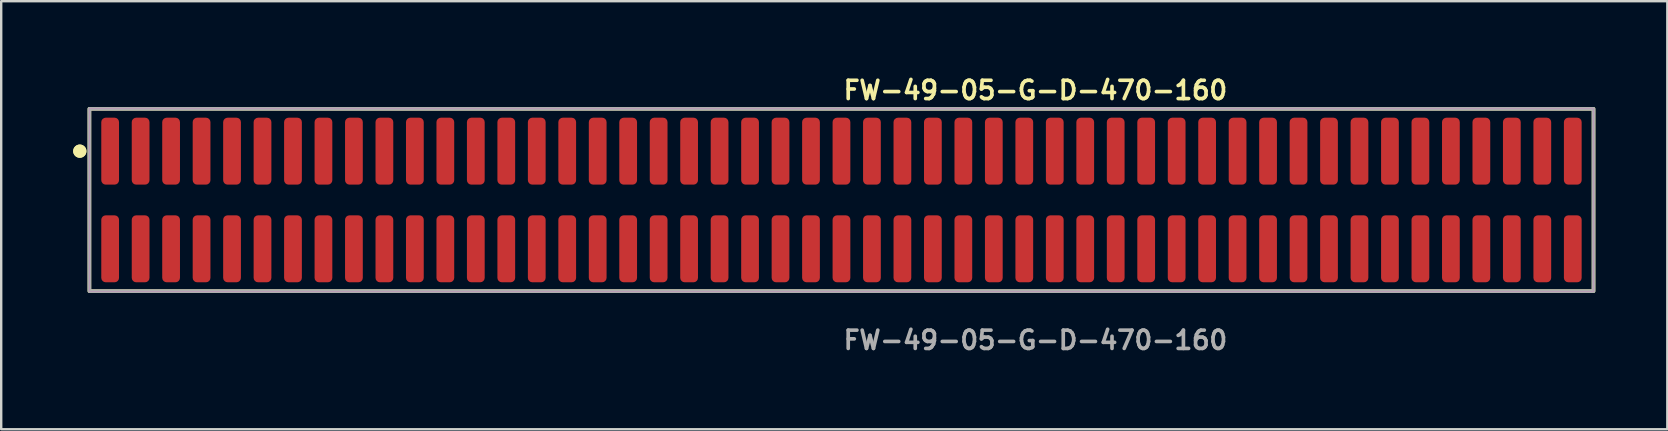
<source format=kicad_pcb>
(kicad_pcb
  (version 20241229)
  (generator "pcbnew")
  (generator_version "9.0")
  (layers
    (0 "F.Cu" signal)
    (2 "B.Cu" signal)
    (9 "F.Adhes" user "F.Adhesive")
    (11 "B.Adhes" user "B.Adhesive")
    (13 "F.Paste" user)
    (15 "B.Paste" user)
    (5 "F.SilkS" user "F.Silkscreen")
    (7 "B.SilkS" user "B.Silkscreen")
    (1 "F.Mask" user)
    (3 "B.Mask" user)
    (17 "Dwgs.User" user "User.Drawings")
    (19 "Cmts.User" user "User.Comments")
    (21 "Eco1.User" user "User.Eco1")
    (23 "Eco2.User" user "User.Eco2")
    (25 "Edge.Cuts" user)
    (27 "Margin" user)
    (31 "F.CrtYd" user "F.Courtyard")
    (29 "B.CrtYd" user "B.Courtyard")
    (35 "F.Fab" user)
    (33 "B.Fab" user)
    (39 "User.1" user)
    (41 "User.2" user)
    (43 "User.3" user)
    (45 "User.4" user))
  (footprint "FW-49-05-G-D-470-160"
    (layer "F.Cu")
    (at 32.021 5.285)
    (property "Reference" "FW-49-05-G-D-470-160" (at 0 -4.572 0) (unlocked yes) (layer "F.SilkS") (effects (font (size 0.762 0.762) (thickness 0.152)) (justify left)))
    (fp_rect (start -31.345 3.8) (end 31.345 -3.8) (stroke (width 0.152) (type solid)) (fill no) (layer "F.SilkS"))
    (fp_circle (center -31.745 -2.035) (end -31.945 -2.035) (stroke (width 0.152) (type solid)) (fill yes) (layer "F.SilkS"))
    (fp_circle (center -31.745 -2.035) (end -31.945 -2.035) (stroke (width 0.152) (type solid)) (fill yes) (layer "F.SilkS"))
    (fp_rect (start -31.345 3.8) (end 31.345 -3.8) (stroke (width 0.006) (type solid)) (fill no) (layer "F.CrtYd"))
    (fp_rect (start -31.345 3.8) (end 31.345 -3.8) (stroke (width 0.152) (type solid)) (fill no) (layer "F.Fab"))
    (fp_text user "${REFERENCE}" (at 0 5.842 0) (unlocked yes) (layer "F.Fab") (effects (font (size 0.762 0.762) (thickness 0.152)) (justify left)))
    (pad "1" smd roundrect (at -30.48 -2.035) (size 0.74 2.79) (layers "F.Cu" "F.Paste") (roundrect_rratio 0.25))
    (pad "2" smd roundrect (at -30.48 2.035) (size 0.74 2.79) (layers "F.Cu" "F.Paste") (roundrect_rratio 0.25))
    (pad "3" smd roundrect (at -29.21 -2.035) (size 0.74 2.79) (layers "F.Cu" "F.Paste") (roundrect_rratio 0.25))
    (pad "4" smd roundrect (at -29.21 2.035) (size 0.74 2.79) (layers "F.Cu" "F.Paste") (roundrect_rratio 0.25))
    (pad "5" smd roundrect (at -27.94 -2.035) (size 0.74 2.79) (layers "F.Cu" "F.Paste") (roundrect_rratio 0.25))
    (pad "6" smd roundrect (at -27.94 2.035) (size 0.74 2.79) (layers "F.Cu" "F.Paste") (roundrect_rratio 0.25))
    (pad "7" smd roundrect (at -26.67 -2.035) (size 0.74 2.79) (layers "F.Cu" "F.Paste") (roundrect_rratio 0.25))
    (pad "8" smd roundrect (at -26.67 2.035) (size 0.74 2.79) (layers "F.Cu" "F.Paste") (roundrect_rratio 0.25))
    (pad "9" smd roundrect (at -25.4 -2.035) (size 0.74 2.79) (layers "F.Cu" "F.Paste") (roundrect_rratio 0.25))
    (pad "10" smd roundrect (at -25.4 2.035) (size 0.74 2.79) (layers "F.Cu" "F.Paste") (roundrect_rratio 0.25))
    (pad "11" smd roundrect (at -24.13 -2.035) (size 0.74 2.79) (layers "F.Cu" "F.Paste") (roundrect_rratio 0.25))
    (pad "12" smd roundrect (at -24.13 2.035) (size 0.74 2.79) (layers "F.Cu" "F.Paste") (roundrect_rratio 0.25))
    (pad "13" smd roundrect (at -22.86 -2.035) (size 0.74 2.79) (layers "F.Cu" "F.Paste") (roundrect_rratio 0.25))
    (pad "14" smd roundrect (at -22.86 2.035) (size 0.74 2.79) (layers "F.Cu" "F.Paste") (roundrect_rratio 0.25))
    (pad "15" smd roundrect (at -21.59 -2.035) (size 0.74 2.79) (layers "F.Cu" "F.Paste") (roundrect_rratio 0.25))
    (pad "16" smd roundrect (at -21.59 2.035) (size 0.74 2.79) (layers "F.Cu" "F.Paste") (roundrect_rratio 0.25))
    (pad "17" smd roundrect (at -20.32 -2.035) (size 0.74 2.79) (layers "F.Cu" "F.Paste") (roundrect_rratio 0.25))
    (pad "18" smd roundrect (at -20.32 2.035) (size 0.74 2.79) (layers "F.Cu" "F.Paste") (roundrect_rratio 0.25))
    (pad "19" smd roundrect (at -19.05 -2.035) (size 0.74 2.79) (layers "F.Cu" "F.Paste") (roundrect_rratio 0.25))
    (pad "20" smd roundrect (at -19.05 2.035) (size 0.74 2.79) (layers "F.Cu" "F.Paste") (roundrect_rratio 0.25))
    (pad "21" smd roundrect (at -17.78 -2.035) (size 0.74 2.79) (layers "F.Cu" "F.Paste") (roundrect_rratio 0.25))
    (pad "22" smd roundrect (at -17.78 2.035) (size 0.74 2.79) (layers "F.Cu" "F.Paste") (roundrect_rratio 0.25))
    (pad "23" smd roundrect (at -16.51 -2.035) (size 0.74 2.79) (layers "F.Cu" "F.Paste") (roundrect_rratio 0.25))
    (pad "24" smd roundrect (at -16.51 2.035) (size 0.74 2.79) (layers "F.Cu" "F.Paste") (roundrect_rratio 0.25))
    (pad "25" smd roundrect (at -15.24 -2.035) (size 0.74 2.79) (layers "F.Cu" "F.Paste") (roundrect_rratio 0.25))
    (pad "26" smd roundrect (at -15.24 2.035) (size 0.74 2.79) (layers "F.Cu" "F.Paste") (roundrect_rratio 0.25))
    (pad "27" smd roundrect (at -13.97 -2.035) (size 0.74 2.79) (layers "F.Cu" "F.Paste") (roundrect_rratio 0.25))
    (pad "28" smd roundrect (at -13.97 2.035) (size 0.74 2.79) (layers "F.Cu" "F.Paste") (roundrect_rratio 0.25))
    (pad "29" smd roundrect (at -12.7 -2.035) (size 0.74 2.79) (layers "F.Cu" "F.Paste") (roundrect_rratio 0.25))
    (pad "30" smd roundrect (at -12.7 2.035) (size 0.74 2.79) (layers "F.Cu" "F.Paste") (roundrect_rratio 0.25))
    (pad "31" smd roundrect (at -11.43 -2.035) (size 0.74 2.79) (layers "F.Cu" "F.Paste") (roundrect_rratio 0.25))
    (pad "32" smd roundrect (at -11.43 2.035) (size 0.74 2.79) (layers "F.Cu" "F.Paste") (roundrect_rratio 0.25))
    (pad "33" smd roundrect (at -10.16 -2.035) (size 0.74 2.79) (layers "F.Cu" "F.Paste") (roundrect_rratio 0.25))
    (pad "34" smd roundrect (at -10.16 2.035) (size 0.74 2.79) (layers "F.Cu" "F.Paste") (roundrect_rratio 0.25))
    (pad "35" smd roundrect (at -8.89 -2.035) (size 0.74 2.79) (layers "F.Cu" "F.Paste") (roundrect_rratio 0.25))
    (pad "36" smd roundrect (at -8.89 2.035) (size 0.74 2.79) (layers "F.Cu" "F.Paste") (roundrect_rratio 0.25))
    (pad "37" smd roundrect (at -7.62 -2.035) (size 0.74 2.79) (layers "F.Cu" "F.Paste") (roundrect_rratio 0.25))
    (pad "38" smd roundrect (at -7.62 2.035) (size 0.74 2.79) (layers "F.Cu" "F.Paste") (roundrect_rratio 0.25))
    (pad "39" smd roundrect (at -6.35 -2.035) (size 0.74 2.79) (layers "F.Cu" "F.Paste") (roundrect_rratio 0.25))
    (pad "40" smd roundrect (at -6.35 2.035) (size 0.74 2.79) (layers "F.Cu" "F.Paste") (roundrect_rratio 0.25))
    (pad "41" smd roundrect (at -5.08 -2.035) (size 0.74 2.79) (layers "F.Cu" "F.Paste") (roundrect_rratio 0.25))
    (pad "42" smd roundrect (at -5.08 2.035) (size 0.74 2.79) (layers "F.Cu" "F.Paste") (roundrect_rratio 0.25))
    (pad "43" smd roundrect (at -3.81 -2.035) (size 0.74 2.79) (layers "F.Cu" "F.Paste") (roundrect_rratio 0.25))
    (pad "44" smd roundrect (at -3.81 2.035) (size 0.74 2.79) (layers "F.Cu" "F.Paste") (roundrect_rratio 0.25))
    (pad "45" smd roundrect (at -2.54 -2.035) (size 0.74 2.79) (layers "F.Cu" "F.Paste") (roundrect_rratio 0.25))
    (pad "46" smd roundrect (at -2.54 2.035) (size 0.74 2.79) (layers "F.Cu" "F.Paste") (roundrect_rratio 0.25))
    (pad "47" smd roundrect (at -1.27 -2.035) (size 0.74 2.79) (layers "F.Cu" "F.Paste") (roundrect_rratio 0.25))
    (pad "48" smd roundrect (at -1.27 2.035) (size 0.74 2.79) (layers "F.Cu" "F.Paste") (roundrect_rratio 0.25))
    (pad "49" smd roundrect (at 0 -2.035) (size 0.74 2.79) (layers "F.Cu" "F.Paste") (roundrect_rratio 0.25))
    (pad "50" smd roundrect (at 0 2.035) (size 0.74 2.79) (layers "F.Cu" "F.Paste") (roundrect_rratio 0.25))
    (pad "51" smd roundrect (at 1.27 -2.035) (size 0.74 2.79) (layers "F.Cu" "F.Paste") (roundrect_rratio 0.25))
    (pad "52" smd roundrect (at 1.27 2.035) (size 0.74 2.79) (layers "F.Cu" "F.Paste") (roundrect_rratio 0.25))
    (pad "53" smd roundrect (at 2.54 -2.035) (size 0.74 2.79) (layers "F.Cu" "F.Paste") (roundrect_rratio 0.25))
    (pad "54" smd roundrect (at 2.54 2.035) (size 0.74 2.79) (layers "F.Cu" "F.Paste") (roundrect_rratio 0.25))
    (pad "55" smd roundrect (at 3.81 -2.035) (size 0.74 2.79) (layers "F.Cu" "F.Paste") (roundrect_rratio 0.25))
    (pad "56" smd roundrect (at 3.81 2.035) (size 0.74 2.79) (layers "F.Cu" "F.Paste") (roundrect_rratio 0.25))
    (pad "57" smd roundrect (at 5.08 -2.035) (size 0.74 2.79) (layers "F.Cu" "F.Paste") (roundrect_rratio 0.25))
    (pad "58" smd roundrect (at 5.08 2.035) (size 0.74 2.79) (layers "F.Cu" "F.Paste") (roundrect_rratio 0.25))
    (pad "59" smd roundrect (at 6.35 -2.035) (size 0.74 2.79) (layers "F.Cu" "F.Paste") (roundrect_rratio 0.25))
    (pad "60" smd roundrect (at 6.35 2.035) (size 0.74 2.79) (layers "F.Cu" "F.Paste") (roundrect_rratio 0.25))
    (pad "61" smd roundrect (at 7.62 -2.035) (size 0.74 2.79) (layers "F.Cu" "F.Paste") (roundrect_rratio 0.25))
    (pad "62" smd roundrect (at 7.62 2.035) (size 0.74 2.79) (layers "F.Cu" "F.Paste") (roundrect_rratio 0.25))
    (pad "63" smd roundrect (at 8.89 -2.035) (size 0.74 2.79) (layers "F.Cu" "F.Paste") (roundrect_rratio 0.25))
    (pad "64" smd roundrect (at 8.89 2.035) (size 0.74 2.79) (layers "F.Cu" "F.Paste") (roundrect_rratio 0.25))
    (pad "65" smd roundrect (at 10.16 -2.035) (size 0.74 2.79) (layers "F.Cu" "F.Paste") (roundrect_rratio 0.25))
    (pad "66" smd roundrect (at 10.16 2.035) (size 0.74 2.79) (layers "F.Cu" "F.Paste") (roundrect_rratio 0.25))
    (pad "67" smd roundrect (at 11.43 -2.035) (size 0.74 2.79) (layers "F.Cu" "F.Paste") (roundrect_rratio 0.25))
    (pad "68" smd roundrect (at 11.43 2.035) (size 0.74 2.79) (layers "F.Cu" "F.Paste") (roundrect_rratio 0.25))
    (pad "69" smd roundrect (at 12.7 -2.035) (size 0.74 2.79) (layers "F.Cu" "F.Paste") (roundrect_rratio 0.25))
    (pad "70" smd roundrect (at 12.7 2.035) (size 0.74 2.79) (layers "F.Cu" "F.Paste") (roundrect_rratio 0.25))
    (pad "71" smd roundrect (at 13.97 -2.035) (size 0.74 2.79) (layers "F.Cu" "F.Paste") (roundrect_rratio 0.25))
    (pad "72" smd roundrect (at 13.97 2.035) (size 0.74 2.79) (layers "F.Cu" "F.Paste") (roundrect_rratio 0.25))
    (pad "73" smd roundrect (at 15.24 -2.035) (size 0.74 2.79) (layers "F.Cu" "F.Paste") (roundrect_rratio 0.25))
    (pad "74" smd roundrect (at 15.24 2.035) (size 0.74 2.79) (layers "F.Cu" "F.Paste") (roundrect_rratio 0.25))
    (pad "75" smd roundrect (at 16.51 -2.035) (size 0.74 2.79) (layers "F.Cu" "F.Paste") (roundrect_rratio 0.25))
    (pad "76" smd roundrect (at 16.51 2.035) (size 0.74 2.79) (layers "F.Cu" "F.Paste") (roundrect_rratio 0.25))
    (pad "77" smd roundrect (at 17.78 -2.035) (size 0.74 2.79) (layers "F.Cu" "F.Paste") (roundrect_rratio 0.25))
    (pad "78" smd roundrect (at 17.78 2.035) (size 0.74 2.79) (layers "F.Cu" "F.Paste") (roundrect_rratio 0.25))
    (pad "79" smd roundrect (at 19.05 -2.035) (size 0.74 2.79) (layers "F.Cu" "F.Paste") (roundrect_rratio 0.25))
    (pad "80" smd roundrect (at 19.05 2.035) (size 0.74 2.79) (layers "F.Cu" "F.Paste") (roundrect_rratio 0.25))
    (pad "81" smd roundrect (at 20.32 -2.035) (size 0.74 2.79) (layers "F.Cu" "F.Paste") (roundrect_rratio 0.25))
    (pad "82" smd roundrect (at 20.32 2.035) (size 0.74 2.79) (layers "F.Cu" "F.Paste") (roundrect_rratio 0.25))
    (pad "83" smd roundrect (at 21.59 -2.035) (size 0.74 2.79) (layers "F.Cu" "F.Paste") (roundrect_rratio 0.25))
    (pad "84" smd roundrect (at 21.59 2.035) (size 0.74 2.79) (layers "F.Cu" "F.Paste") (roundrect_rratio 0.25))
    (pad "85" smd roundrect (at 22.86 -2.035) (size 0.74 2.79) (layers "F.Cu" "F.Paste") (roundrect_rratio 0.25))
    (pad "86" smd roundrect (at 22.86 2.035) (size 0.74 2.79) (layers "F.Cu" "F.Paste") (roundrect_rratio 0.25))
    (pad "87" smd roundrect (at 24.13 -2.035) (size 0.74 2.79) (layers "F.Cu" "F.Paste") (roundrect_rratio 0.25))
    (pad "88" smd roundrect (at 24.13 2.035) (size 0.74 2.79) (layers "F.Cu" "F.Paste") (roundrect_rratio 0.25))
    (pad "89" smd roundrect (at 25.4 -2.035) (size 0.74 2.79) (layers "F.Cu" "F.Paste") (roundrect_rratio 0.25))
    (pad "90" smd roundrect (at 25.4 2.035) (size 0.74 2.79) (layers "F.Cu" "F.Paste") (roundrect_rratio 0.25))
    (pad "91" smd roundrect (at 26.67 -2.035) (size 0.74 2.79) (layers "F.Cu" "F.Paste") (roundrect_rratio 0.25))
    (pad "92" smd roundrect (at 26.67 2.035) (size 0.74 2.79) (layers "F.Cu" "F.Paste") (roundrect_rratio 0.25))
    (pad "93" smd roundrect (at 27.94 -2.035) (size 0.74 2.79) (layers "F.Cu" "F.Paste") (roundrect_rratio 0.25))
    (pad "94" smd roundrect (at 27.94 2.035) (size 0.74 2.79) (layers "F.Cu" "F.Paste") (roundrect_rratio 0.25))
    (pad "95" smd roundrect (at 29.21 -2.035) (size 0.74 2.79) (layers "F.Cu" "F.Paste") (roundrect_rratio 0.25))
    (pad "96" smd roundrect (at 29.21 2.035) (size 0.74 2.79) (layers "F.Cu" "F.Paste") (roundrect_rratio 0.25))
    (pad "97" smd roundrect (at 30.48 -2.035) (size 0.74 2.79) (layers "F.Cu" "F.Paste") (roundrect_rratio 0.25))
    (pad "98" smd roundrect (at 30.48 2.035) (size 0.74 2.79) (layers "F.Cu" "F.Paste") (roundrect_rratio 0.25)))
  (gr_rect
    (start -3 -3)
    (end 66.442 14.84)
    (stroke (width 0.1) (type default))
    (fill no)
    (layer "Edge.Cuts")))
</source>
